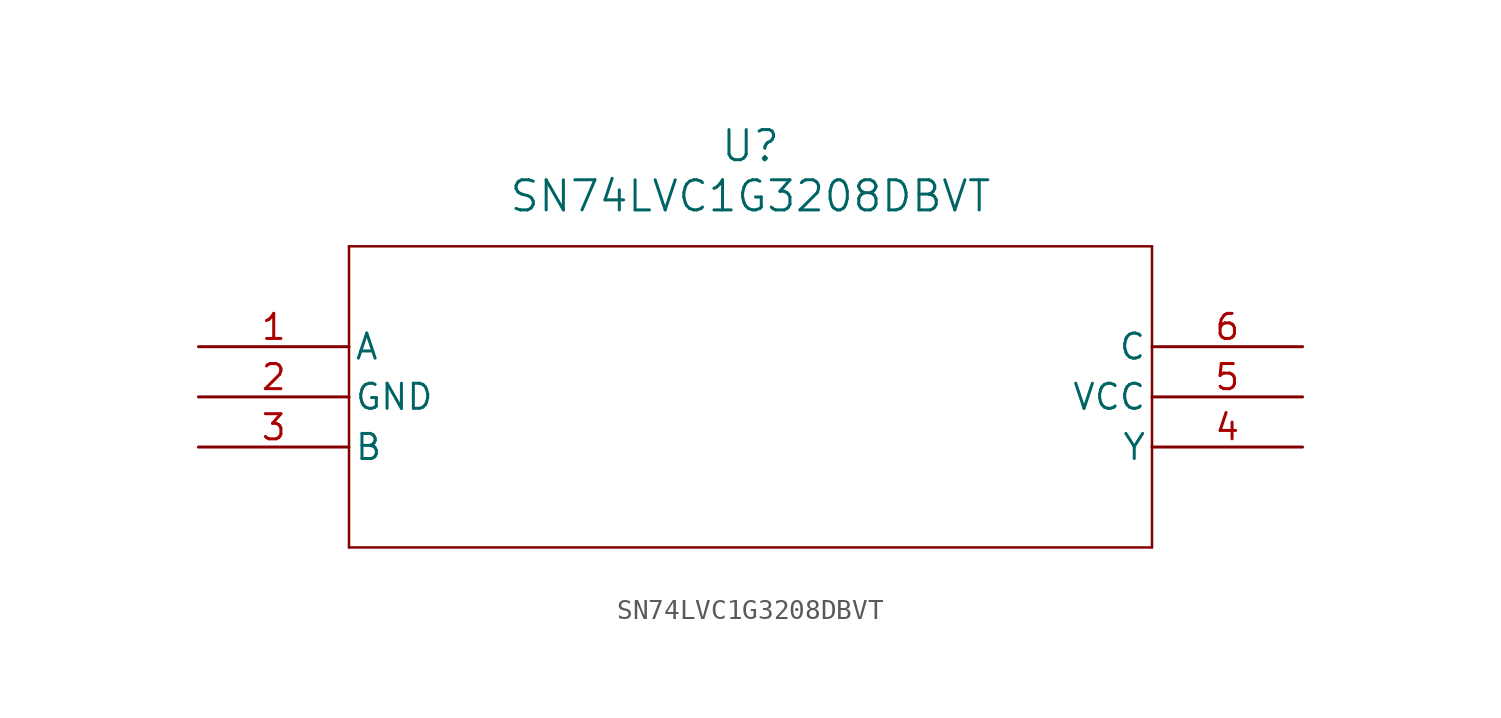
<source format=kicad_sym>
(kicad_symbol_lib
  (version 20211014)
  (generator kicad_symbol_editor)
  (symbol "SN74LVC1G3208DBVT"
    (pin_names
      (offset 0.254))
    (property "Reference" "U"
      (at 27.94 10.16 0)
      (effects (font (size 1.524 1.524))))
    (property "Value" "SN74LVC1G3208DBVT"
      (at 27.94 7.62 0)
      (effects (font (size 1.524 1.524))))
    (symbol "SN74LVC1G3208DBVT_0_1"
      (polyline (pts (xy 7.62 5.08) (xy 7.62 -10.16)) (stroke (width 0.127) (type default) (color 0 0 0 0)) (fill (type none)))
      (polyline (pts (xy 7.62 -10.16) (xy 48.26 -10.16)) (stroke (width 0.127) (type default) (color 0 0 0 0)) (fill (type none)))
      (polyline (pts (xy 48.26 -10.16) (xy 48.26 5.08)) (stroke (width 0.127) (type default) (color 0 0 0 0)) (fill (type none)))
      (polyline (pts (xy 48.26 5.08) (xy 7.62 5.08)) (stroke (width 0.127) (type default) (color 0 0 0 0)) (fill (type none)))
      (pin input line (at 0 0 0) (length 7.62) (name "A" (effects (font (size 1.27 1.27)))) (number "1" (effects (font (size 1.27 1.27)))))
      (pin power_in line (at 0 -2.54 0) (length 7.62) (name "GND" (effects (font (size 1.27 1.27)))) (number "2" (effects (font (size 1.27 1.27)))))
      (pin input line (at 0 -5.08 0) (length 7.62) (name "B" (effects (font (size 1.27 1.27)))) (number "3" (effects (font (size 1.27 1.27)))))
      (pin output line (at 55.88 -5.08 180) (length 7.62) (name "Y" (effects (font (size 1.27 1.27)))) (number "4" (effects (font (size 1.27 1.27)))))
      (pin power_in line (at 55.88 -2.54 180) (length 7.62) (name "VCC" (effects (font (size 1.27 1.27)))) (number "5" (effects (font (size 1.27 1.27)))))
      (pin input line (at 55.88 0 180) (length 7.62) (name "C" (effects (font (size 1.27 1.27)))) (number "6" (effects (font (size 1.27 1.27))))))))
</source>
